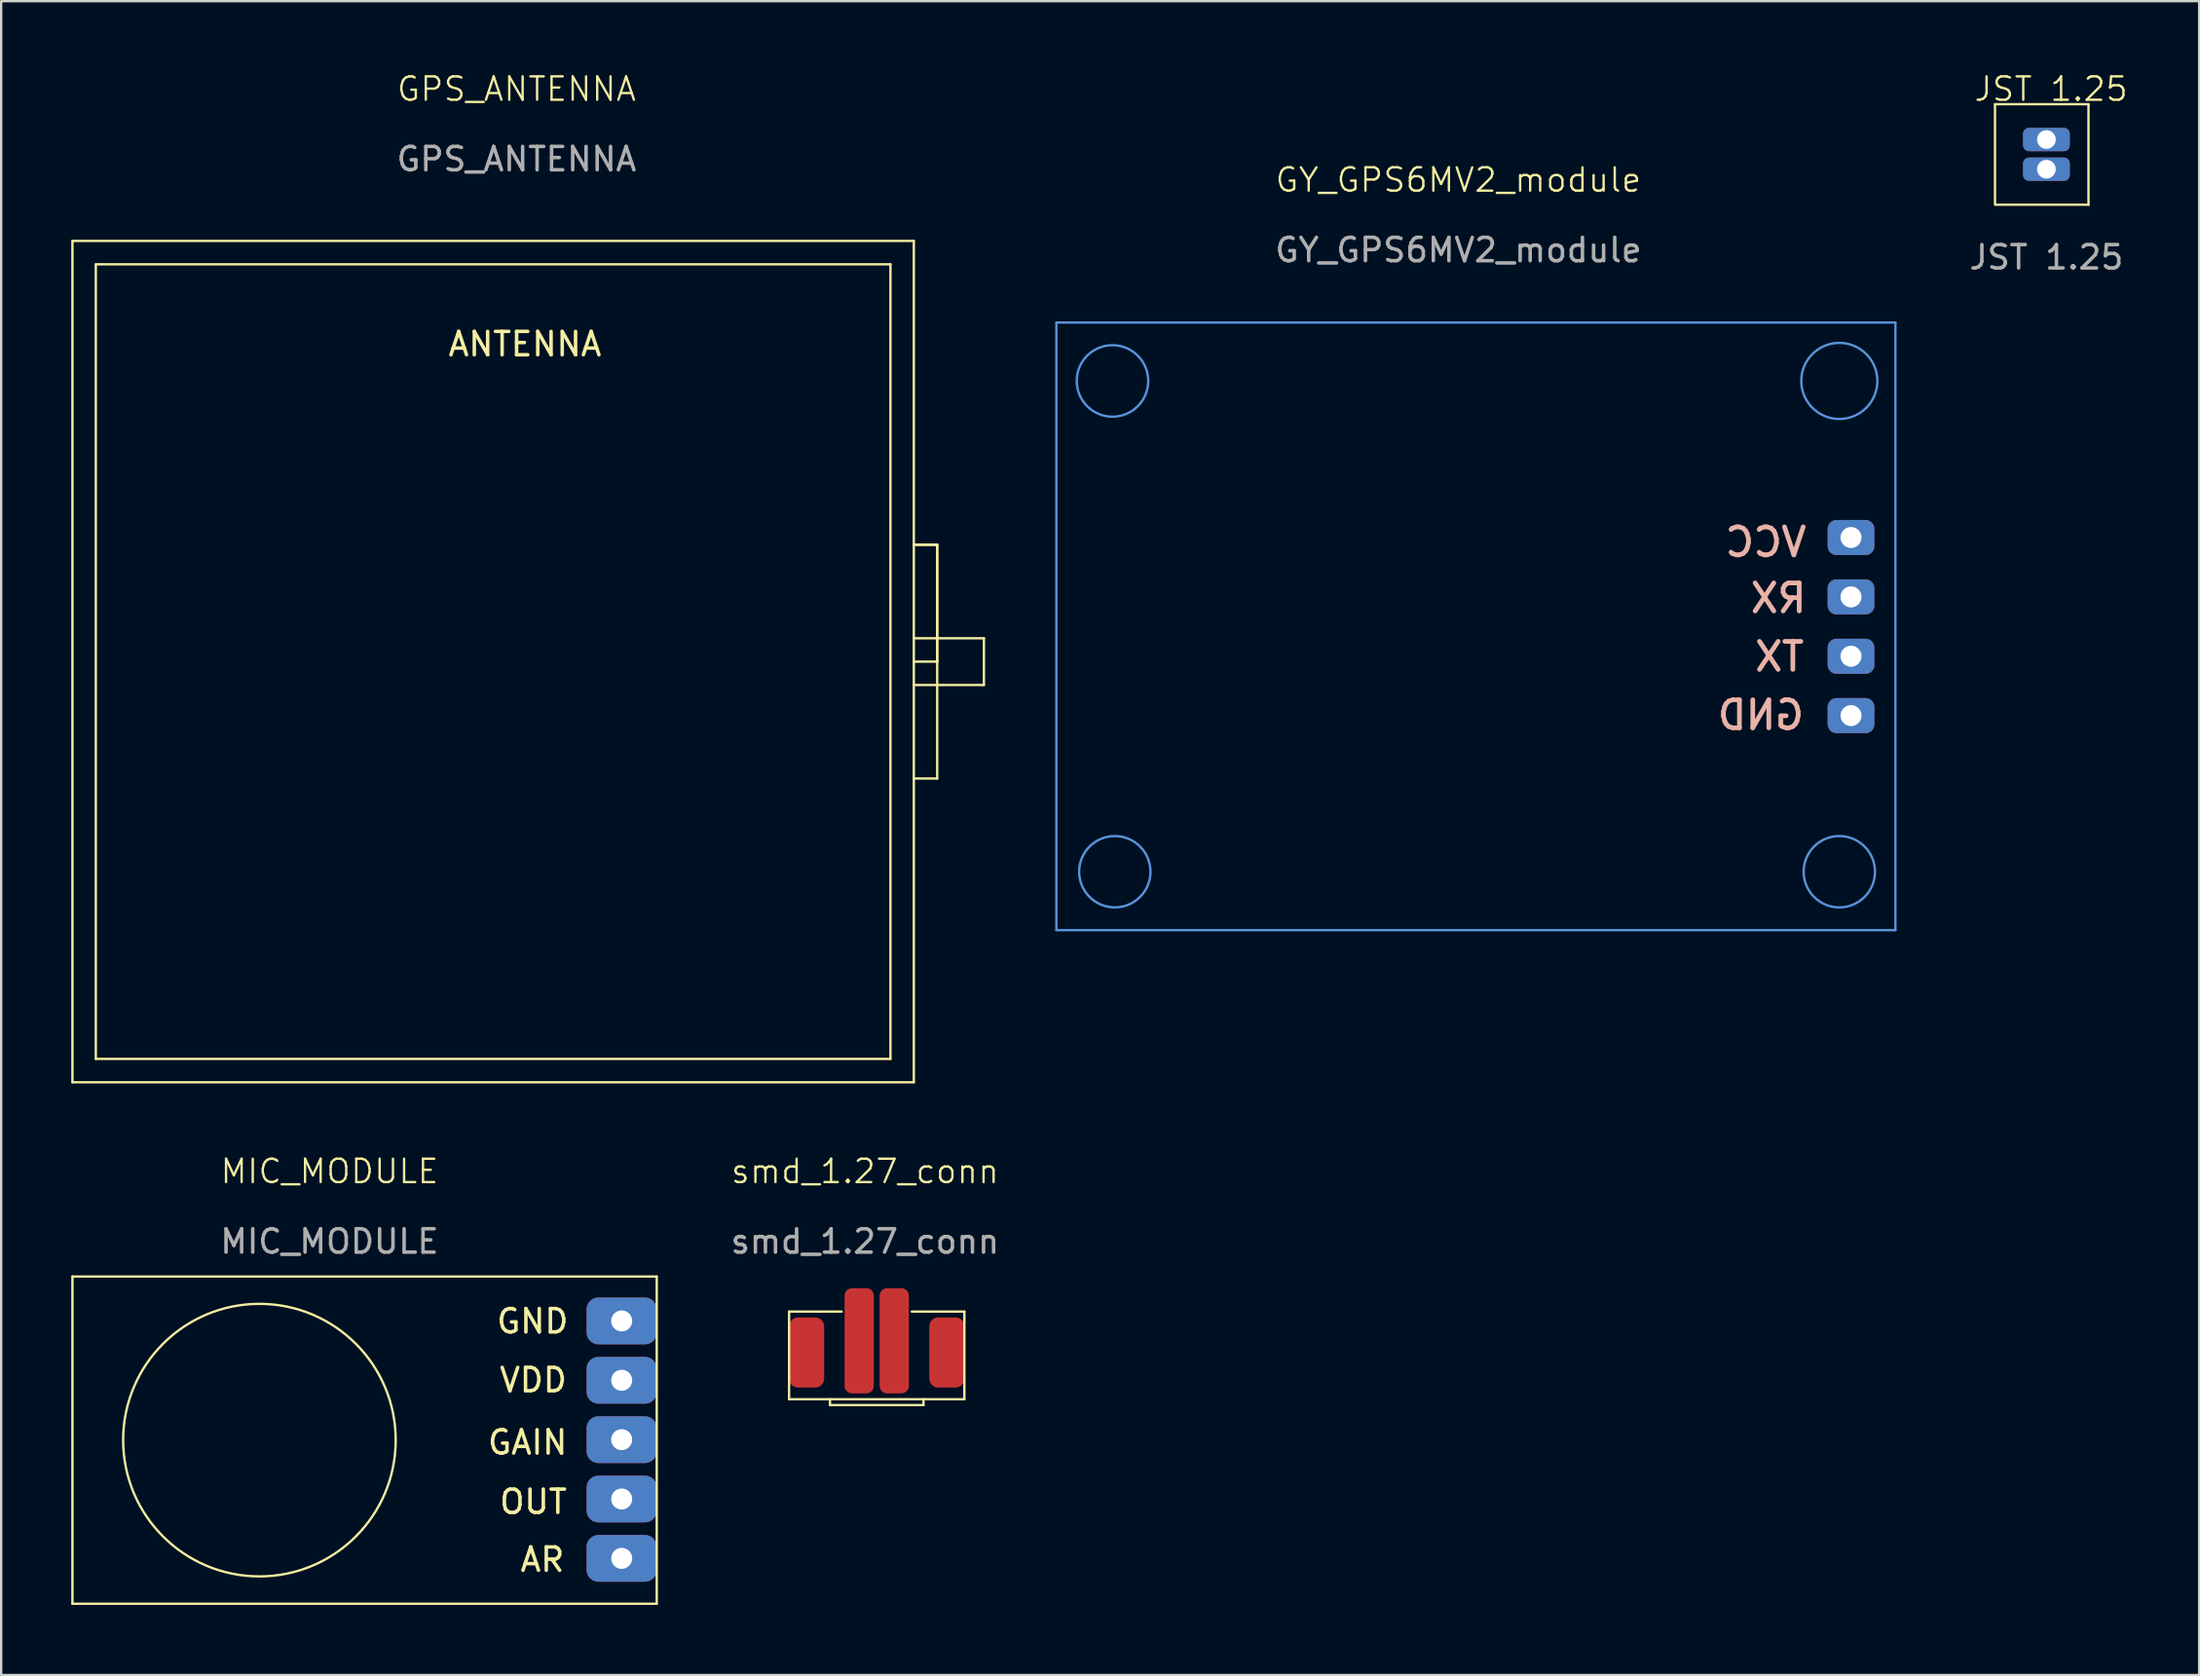
<source format=kicad_pcb>
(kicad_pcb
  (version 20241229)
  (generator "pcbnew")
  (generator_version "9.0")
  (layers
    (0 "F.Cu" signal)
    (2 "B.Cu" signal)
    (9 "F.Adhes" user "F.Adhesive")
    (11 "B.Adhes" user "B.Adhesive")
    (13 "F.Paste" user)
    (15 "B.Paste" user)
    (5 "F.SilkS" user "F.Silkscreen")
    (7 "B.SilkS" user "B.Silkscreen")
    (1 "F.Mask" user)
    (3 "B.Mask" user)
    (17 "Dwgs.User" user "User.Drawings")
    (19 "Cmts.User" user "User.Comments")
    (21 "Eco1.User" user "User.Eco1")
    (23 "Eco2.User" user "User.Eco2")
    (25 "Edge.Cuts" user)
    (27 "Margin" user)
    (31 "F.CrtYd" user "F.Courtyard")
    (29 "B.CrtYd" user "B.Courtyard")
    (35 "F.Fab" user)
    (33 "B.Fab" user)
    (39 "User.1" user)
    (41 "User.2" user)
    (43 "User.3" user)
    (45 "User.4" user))
  (footprint "JST 1.25"
    (layer "F.Cu")
    (at 84.511 5.46)
    (property "Reference" "JST 1.25" (at 0.2 -4.7 0) (unlocked yes) (layer "F.SilkS") (effects (font (size 1 1) (thickness 0.1))))
    (attr smd)
    (fp_line (start -2.2 -4.05) (end -2.2 0.2) (stroke (width 0.1) (type default)) (layer "F.SilkS"))
    (fp_line (start -2.2 -4.05) (end 1.8 -4.05) (stroke (width 0.1) (type default)) (layer "F.SilkS"))
    (fp_line (start -2.2 0.25) (end 1.8 0.25) (stroke (width 0.1) (type default)) (layer "F.SilkS"))
    (fp_line (start 1.8 0.25) (end 1.8 -4.05) (stroke (width 0.1) (type default)) (layer "F.SilkS"))
    (fp_text user "${REFERENCE}" (at 0 2.5 0) (unlocked yes) (layer "F.Fab") (effects (font (size 1 1) (thickness 0.15))))
    (pad "1" thru_hole roundrect (at 0 -2.54) (size 2 1) (drill 0.8) (layers "*.Cu" "*.Mask") (roundrect_rratio 0.25))
    (pad "2" thru_hole roundrect (at 0 -1.27) (size 2 1) (drill 0.8) (layers "*.Cu" "*.Mask") (roundrect_rratio 0.25)))
  (footprint "GPS_ANTENNA"
    (layer "F.Cu")
    (at 19.05 1.26)
    (property "Reference" "GPS_ANTENNA" (at 0 -0.5 0) (unlocked yes) (layer "F.SilkS") (effects (font (size 1 1) (thickness 0.1))))
    (attr smd)
    (fp_line (start -19 6) (end 17 6) (stroke (width 0.1) (type default)) (layer "F.SilkS"))
    (fp_line (start -19 42) (end -19 6) (stroke (width 0.1) (type default)) (layer "F.SilkS"))
    (fp_line (start -18 7) (end 16 7) (stroke (width 0.1) (type default)) (layer "F.SilkS"))
    (fp_line (start -18 41) (end -18 7) (stroke (width 0.1) (type default)) (layer "F.SilkS"))
    (fp_line (start 16 7) (end 16 41) (stroke (width 0.1) (type default)) (layer "F.SilkS"))
    (fp_line (start 16 41) (end -18 41) (stroke (width 0.1) (type default)) (layer "F.SilkS"))
    (fp_line (start 17 6) (end 17 42) (stroke (width 0.1) (type default)) (layer "F.SilkS"))
    (fp_line (start 17 19) (end 18 19) (stroke (width 0.1) (type default)) (layer "F.SilkS"))
    (fp_line (start 17 23) (end 20 23) (stroke (width 0.1) (type default)) (layer "F.SilkS"))
    (fp_line (start 17 24) (end 18 24) (stroke (width 0.1) (type default)) (layer "F.SilkS"))
    (fp_line (start 17 42) (end -19 42) (stroke (width 0.1) (type default)) (layer "F.SilkS"))
    (fp_line (start 18 19) (end 17 19) (stroke (width 0.1) (type default)) (layer "F.SilkS"))
    (fp_line (start 18 19) (end 18 24) (stroke (width 0.1) (type default)) (layer "F.SilkS"))
    (fp_line (start 18 24) (end 18 19) (stroke (width 0.1) (type default)) (layer "F.SilkS"))
    (fp_line (start 18 24) (end 18 29) (stroke (width 0.1) (type default)) (layer "F.SilkS"))
    (fp_line (start 18 29) (end 17 29) (stroke (width 0.1) (type default)) (layer "F.SilkS"))
    (fp_line (start 20 23) (end 20 25) (stroke (width 0.1) (type default)) (layer "F.SilkS"))
    (fp_line (start 20 25) (end 17 25) (stroke (width 0.1) (type default)) (layer "F.SilkS"))
    (fp_text user "ANTENNA" (at -3 11 0) (unlocked yes) (layer "F.SilkS") (effects (font (size 1 1) (thickness 0.15)) (justify left bottom)))
    (fp_text user "${REFERENCE}" (at 0 2.5 0) (unlocked yes) (layer "F.Fab") (effects (font (size 1 1) (thickness 0.15)))))
  (footprint "GY_GPS6MV2_module"
    (layer "F.Cu")
    (at 50.35 0.25)
    (property "Reference" "GY_GPS6MV2_module" (at 9 4.4 0) (unlocked yes) (layer "F.SilkS") (effects (font (size 1 1) (thickness 0.1))))
    (attr smd)
    (fp_line (start -8.2 10.5) (end 27.7 10.5) (stroke (width 0.1) (type default)) (layer "Cmts.User"))
    (fp_line (start -8.2 36.5) (end -8.2 10.5) (stroke (width 0.1) (type default)) (layer "Cmts.User"))
    (fp_line (start 27.7 10.5) (end 27.7 36.5) (stroke (width 0.1) (type default)) (layer "Cmts.User"))
    (fp_line (start 27.7 36.5) (end -8.2 36.5) (stroke (width 0.1) (type default)) (layer "Cmts.User"))
    (fp_circle (center -5.8 13) (end -4.3 13.3) (stroke (width 0.1) (type default)) (fill no) (layer "Cmts.User"))
    (fp_circle (center -5.7 34) (end -4.4 34.8) (stroke (width 0.1) (type default)) (fill no) (layer "Cmts.User"))
    (fp_circle (center 25.3 13) (end 26.5 14.1) (stroke (width 0.1) (type default)) (fill no) (layer "Cmts.User"))
    (fp_circle (center 25.3 34) (end 26.6 34.8) (stroke (width 0.1) (type default)) (fill no) (layer "Cmts.User"))
    (fp_text user "GND" (at 23.9 28 0) (unlocked yes) (layer "B.SilkS") (effects (font (size 1.2 1.2) (thickness 0.2) (bold yes)) (justify left bottom mirror)))
    (fp_text user "TX" (at 23.9 25.5 0) (unlocked yes) (layer "B.SilkS") (effects (font (size 1.2 1.2) (thickness 0.2) (bold yes)) (justify left bottom mirror)))
    (fp_text user "RX" (at 24 23 0) (unlocked yes) (layer "B.SilkS") (effects (font (size 1.2 1.2) (thickness 0.2) (bold yes)) (justify left bottom mirror)))
    (fp_text user "VCC" (at 24 20.6 0) (unlocked yes) (layer "B.SilkS") (effects (font (size 1.2 1.2) (thickness 0.2) (bold yes)) (justify left bottom mirror)))
    (fp_text user "${REFERENCE}" (at 9 7.4 0) (unlocked yes) (layer "F.Fab") (effects (font (size 1 1) (thickness 0.15))))
    (pad "1" thru_hole roundrect (at 25.8 19.7) (size 2 1.5) (drill 0.9) (layers "*.Cu" "*.Mask") (roundrect_rratio 0.25))
    (pad "2" thru_hole roundrect (at 25.8 22.24) (size 2 1.5) (drill 0.9) (layers "*.Cu" "*.Mask") (roundrect_rratio 0.25))
    (pad "3" thru_hole roundrect (at 25.8 24.78) (size 2 1.5) (drill 0.9) (layers "*.Cu" "*.Mask") (roundrect_rratio 0.25))
    (pad "4" thru_hole roundrect (at 25.8 27.32) (size 2 1.5) (drill 0.9) (layers "*.Cu" "*.Mask") (roundrect_rratio 0.25)))
  (footprint "MIC_MODULE"
    (layer "F.Cu")
    (at 6.05 47.571)
    (property "Reference" "MIC_MODULE" (at 5 -0.5 0) (unlocked yes) (layer "F.SilkS") (effects (font (size 1 1) (thickness 0.1))))
    (attr smd)
    (fp_line (start -6 4) (end -6 18) (stroke (width 0.1) (type default)) (layer "F.SilkS"))
    (fp_line (start -6 4) (end 19 4) (stroke (width 0.1) (type default)) (layer "F.SilkS"))
    (fp_line (start -6 18) (end 19 18) (stroke (width 0.1) (type default)) (layer "F.SilkS"))
    (fp_line (start 19 4) (end 19 18) (stroke (width 0.1) (type default)) (layer "F.SilkS"))
    (fp_circle (center 2 11) (end 5 16) (stroke (width 0.1) (type default)) (fill no) (layer "F.SilkS"))
    (fp_text user "GND" (at 12.065 6.5 0) (unlocked yes) (layer "F.SilkS") (effects (font (size 1 1) (thickness 0.15)) (justify left bottom)))
    (fp_text user "OUT" (at 12.192 14.224 0) (unlocked yes) (layer "F.SilkS") (effects (font (size 1 1) (thickness 0.15)) (justify left bottom)))
    (fp_text user "AR" (at 13.081 16.7 0) (unlocked yes) (layer "F.SilkS") (effects (font (size 1 1) (thickness 0.15)) (justify left bottom)))
    (fp_text user "GAIN" (at 11.684 11.684 0) (unlocked yes) (layer "F.SilkS") (effects (font (size 1 1) (thickness 0.15)) (justify left bottom)))
    (fp_text user "VDD" (at 12.192 9.017 0) (unlocked yes) (layer "F.SilkS") (effects (font (size 1 1) (thickness 0.15)) (justify left bottom)))
    (fp_text user "${REFERENCE}" (at 5 2.5 0) (unlocked yes) (layer "F.Fab") (effects (font (size 1 1) (thickness 0.15))))
    (pad "1" thru_hole roundrect (at 17.5 5.9) (size 3 2) (drill 0.9) (layers "*.Cu" "*.Mask") (roundrect_rratio 0.25))
    (pad "2" thru_hole roundrect (at 17.5 8.44) (size 3 2) (drill 0.9) (layers "*.Cu" "*.Mask") (roundrect_rratio 0.25))
    (pad "3" thru_hole roundrect (at 17.5 10.98) (size 3 2) (drill 0.9) (layers "*.Cu" "*.Mask") (roundrect_rratio 0.25))
    (pad "4" thru_hole roundrect (at 17.5 13.52) (size 3 2) (drill 0.9) (layers "*.Cu" "*.Mask") (roundrect_rratio 0.25))
    (pad "5" thru_hole roundrect (at 17.5 16.06) (size 3 2) (drill 0.9) (layers "*.Cu" "*.Mask") (roundrect_rratio 0.25)))
  (footprint "smd_1.27_conn"
    (layer "F.Cu")
    (at 33.963 47.571)
    (property "Reference" "smd_1.27_conn" (at 0 -0.5 0) (unlocked yes) (layer "F.SilkS") (effects (font (size 1 1) (thickness 0.1))))
    (attr smd)
    (fp_line (start -3.25 5.5) (end -3.25 9.25) (stroke (width 0.1) (type default)) (layer "F.SilkS"))
    (fp_line (start -3.25 5.5) (end -1 5.5) (stroke (width 0.1) (type default)) (layer "F.SilkS"))
    (fp_line (start -3.25 9.25) (end 4.25 9.25) (stroke (width 0.1) (type default)) (layer "F.SilkS"))
    (fp_line (start -1.5 9.5) (end -1.5 9.25) (stroke (width 0.1) (type default)) (layer "F.SilkS"))
    (fp_line (start -1.5 9.5) (end 2.5 9.5) (stroke (width 0.1) (type default)) (layer "F.SilkS"))
    (fp_line (start 2.5 9.5) (end 2.5 9.25) (stroke (width 0.1) (type default)) (layer "F.SilkS"))
    (fp_line (start 4.25 5.5) (end 2 5.5) (stroke (width 0.1) (type default)) (layer "F.SilkS"))
    (fp_line (start 4.25 9.25) (end 4.25 5.5) (stroke (width 0.1) (type default)) (layer "F.SilkS"))
    (fp_text user "${REFERENCE}" (at 0 2.5 0) (unlocked yes) (layer "F.Fab") (effects (font (size 1 1) (thickness 0.15))))
    (pad "" smd roundrect (at -2.5 7.25) (size 1.5 3) (layers "F.Cu" "F.Mask" "F.Paste") (roundrect_rratio 0.25))
    (pad "" smd roundrect (at 3.5 7.25) (size 1.5 3) (layers "F.Cu" "F.Mask" "F.Paste") (roundrect_rratio 0.25))
    (pad "1" smd roundrect (at -0.25 6.75) (size 1.25 4.5) (layers "F.Cu" "F.Mask" "F.Paste") (roundrect_rratio 0.25))
    (pad "2" smd roundrect (at 1.25 6.75) (size 1.25 4.5) (layers "F.Cu" "F.Mask" "F.Paste") (roundrect_rratio 0.25)))
  (gr_rect
    (start -3 -3)
    (end 91.046 68.621)
    (stroke (width 0.1) (type default))
    (fill no)
    (layer "Edge.Cuts")))
</source>
